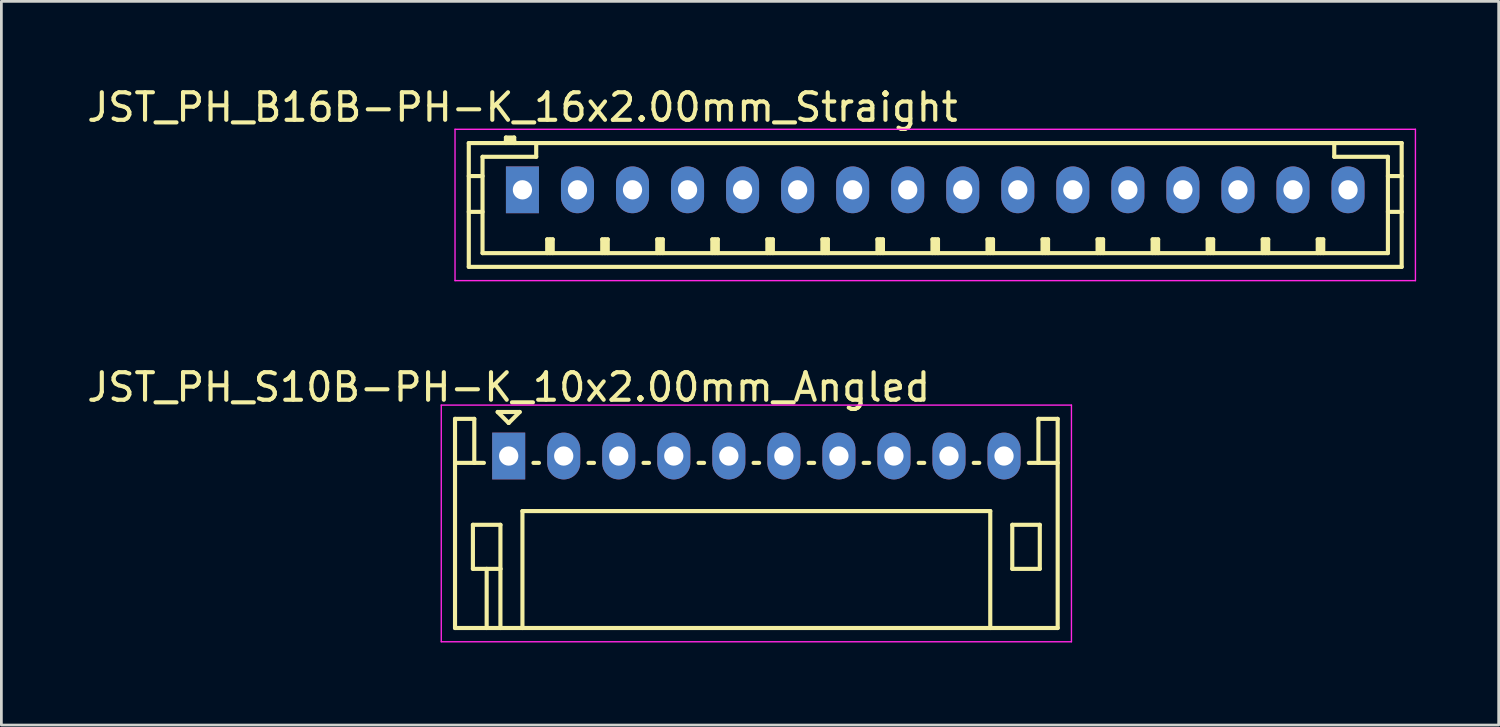
<source format=kicad_pcb>
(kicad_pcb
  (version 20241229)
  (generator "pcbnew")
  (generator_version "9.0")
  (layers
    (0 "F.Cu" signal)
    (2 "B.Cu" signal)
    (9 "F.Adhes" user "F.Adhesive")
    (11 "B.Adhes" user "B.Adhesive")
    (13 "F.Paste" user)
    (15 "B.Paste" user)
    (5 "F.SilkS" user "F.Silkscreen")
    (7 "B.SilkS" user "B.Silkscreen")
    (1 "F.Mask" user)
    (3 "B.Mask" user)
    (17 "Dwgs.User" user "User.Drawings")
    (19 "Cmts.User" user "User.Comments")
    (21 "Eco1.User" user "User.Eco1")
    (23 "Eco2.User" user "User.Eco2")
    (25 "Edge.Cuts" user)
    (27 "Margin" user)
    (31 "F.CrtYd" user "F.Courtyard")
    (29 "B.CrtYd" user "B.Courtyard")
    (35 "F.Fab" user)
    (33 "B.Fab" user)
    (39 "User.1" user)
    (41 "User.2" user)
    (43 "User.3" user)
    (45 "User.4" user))
  (footprint "JST_PH_B16B-PH-K_16x2.00mm_Straight"
    (layer "F.Cu")
    (at 15.935 3.848)
    (property "Reference" "JST_PH_B16B-PH-K_16x2.00mm_Straight" (at 0 -3 0) (layer "F.SilkS") (effects (font (size 1 1) (thickness 0.15))))
    (attr through_hole)
    (fp_line (start -1.95 -1.7) (end 31.95 -1.7) (stroke (width 0.15) (type solid)) (layer "F.SilkS"))
    (fp_line (start -1.95 -0.5) (end -1.45 -0.5) (stroke (width 0.15) (type solid)) (layer "F.SilkS"))
    (fp_line (start -1.95 0.8) (end -1.45 0.8) (stroke (width 0.15) (type solid)) (layer "F.SilkS"))
    (fp_line (start -1.95 2.8) (end -1.95 -1.7) (stroke (width 0.15) (type solid)) (layer "F.SilkS"))
    (fp_line (start -1.45 -1.2) (end -1.45 2.3) (stroke (width 0.15) (type solid)) (layer "F.SilkS"))
    (fp_line (start -1.45 2.3) (end 31.45 2.3) (stroke (width 0.15) (type solid)) (layer "F.SilkS"))
    (fp_line (start -0.6 -1.9) (end -0.6 -1.7) (stroke (width 0.15) (type solid)) (layer "F.SilkS"))
    (fp_line (start -0.3 -1.9) (end -0.6 -1.9) (stroke (width 0.15) (type solid)) (layer "F.SilkS"))
    (fp_line (start -0.3 -1.8) (end -0.6 -1.8) (stroke (width 0.15) (type solid)) (layer "F.SilkS"))
    (fp_line (start -0.3 -1.7) (end -0.3 -1.9) (stroke (width 0.15) (type solid)) (layer "F.SilkS"))
    (fp_line (start 0.5 -1.7) (end 0.5 -1.2) (stroke (width 0.15) (type solid)) (layer "F.SilkS"))
    (fp_line (start 0.5 -1.2) (end -1.45 -1.2) (stroke (width 0.15) (type solid)) (layer "F.SilkS"))
    (fp_line (start 0.9 1.8) (end 1.1 1.8) (stroke (width 0.15) (type solid)) (layer "F.SilkS"))
    (fp_line (start 0.9 2.3) (end 0.9 1.8) (stroke (width 0.15) (type solid)) (layer "F.SilkS"))
    (fp_line (start 1 2.3) (end 1 1.8) (stroke (width 0.15) (type solid)) (layer "F.SilkS"))
    (fp_line (start 1.1 1.8) (end 1.1 2.3) (stroke (width 0.15) (type solid)) (layer "F.SilkS"))
    (fp_line (start 2.9 1.8) (end 3.1 1.8) (stroke (width 0.15) (type solid)) (layer "F.SilkS"))
    (fp_line (start 2.9 2.3) (end 2.9 1.8) (stroke (width 0.15) (type solid)) (layer "F.SilkS"))
    (fp_line (start 3 2.3) (end 3 1.8) (stroke (width 0.15) (type solid)) (layer "F.SilkS"))
    (fp_line (start 3.1 1.8) (end 3.1 2.3) (stroke (width 0.15) (type solid)) (layer "F.SilkS"))
    (fp_line (start 4.9 1.8) (end 5.1 1.8) (stroke (width 0.15) (type solid)) (layer "F.SilkS"))
    (fp_line (start 4.9 2.3) (end 4.9 1.8) (stroke (width 0.15) (type solid)) (layer "F.SilkS"))
    (fp_line (start 5 2.3) (end 5 1.8) (stroke (width 0.15) (type solid)) (layer "F.SilkS"))
    (fp_line (start 5.1 1.8) (end 5.1 2.3) (stroke (width 0.15) (type solid)) (layer "F.SilkS"))
    (fp_line (start 6.9 1.8) (end 7.1 1.8) (stroke (width 0.15) (type solid)) (layer "F.SilkS"))
    (fp_line (start 6.9 2.3) (end 6.9 1.8) (stroke (width 0.15) (type solid)) (layer "F.SilkS"))
    (fp_line (start 7 2.3) (end 7 1.8) (stroke (width 0.15) (type solid)) (layer "F.SilkS"))
    (fp_line (start 7.1 1.8) (end 7.1 2.3) (stroke (width 0.15) (type solid)) (layer "F.SilkS"))
    (fp_line (start 8.9 1.8) (end 9.1 1.8) (stroke (width 0.15) (type solid)) (layer "F.SilkS"))
    (fp_line (start 8.9 2.3) (end 8.9 1.8) (stroke (width 0.15) (type solid)) (layer "F.SilkS"))
    (fp_line (start 9 2.3) (end 9 1.8) (stroke (width 0.15) (type solid)) (layer "F.SilkS"))
    (fp_line (start 9.1 1.8) (end 9.1 2.3) (stroke (width 0.15) (type solid)) (layer "F.SilkS"))
    (fp_line (start 10.9 1.8) (end 11.1 1.8) (stroke (width 0.15) (type solid)) (layer "F.SilkS"))
    (fp_line (start 10.9 2.3) (end 10.9 1.8) (stroke (width 0.15) (type solid)) (layer "F.SilkS"))
    (fp_line (start 11 2.3) (end 11 1.8) (stroke (width 0.15) (type solid)) (layer "F.SilkS"))
    (fp_line (start 11.1 1.8) (end 11.1 2.3) (stroke (width 0.15) (type solid)) (layer "F.SilkS"))
    (fp_line (start 12.9 1.8) (end 13.1 1.8) (stroke (width 0.15) (type solid)) (layer "F.SilkS"))
    (fp_line (start 12.9 2.3) (end 12.9 1.8) (stroke (width 0.15) (type solid)) (layer "F.SilkS"))
    (fp_line (start 13 2.3) (end 13 1.8) (stroke (width 0.15) (type solid)) (layer "F.SilkS"))
    (fp_line (start 13.1 1.8) (end 13.1 2.3) (stroke (width 0.15) (type solid)) (layer "F.SilkS"))
    (fp_line (start 14.9 1.8) (end 15.1 1.8) (stroke (width 0.15) (type solid)) (layer "F.SilkS"))
    (fp_line (start 14.9 2.3) (end 14.9 1.8) (stroke (width 0.15) (type solid)) (layer "F.SilkS"))
    (fp_line (start 15 2.3) (end 15 1.8) (stroke (width 0.15) (type solid)) (layer "F.SilkS"))
    (fp_line (start 15.1 1.8) (end 15.1 2.3) (stroke (width 0.15) (type solid)) (layer "F.SilkS"))
    (fp_line (start 16.9 1.8) (end 17.1 1.8) (stroke (width 0.15) (type solid)) (layer "F.SilkS"))
    (fp_line (start 16.9 2.3) (end 16.9 1.8) (stroke (width 0.15) (type solid)) (layer "F.SilkS"))
    (fp_line (start 17 2.3) (end 17 1.8) (stroke (width 0.15) (type solid)) (layer "F.SilkS"))
    (fp_line (start 17.1 1.8) (end 17.1 2.3) (stroke (width 0.15) (type solid)) (layer "F.SilkS"))
    (fp_line (start 18.9 1.8) (end 19.1 1.8) (stroke (width 0.15) (type solid)) (layer "F.SilkS"))
    (fp_line (start 18.9 2.3) (end 18.9 1.8) (stroke (width 0.15) (type solid)) (layer "F.SilkS"))
    (fp_line (start 19 2.3) (end 19 1.8) (stroke (width 0.15) (type solid)) (layer "F.SilkS"))
    (fp_line (start 19.1 1.8) (end 19.1 2.3) (stroke (width 0.15) (type solid)) (layer "F.SilkS"))
    (fp_line (start 20.9 1.8) (end 21.1 1.8) (stroke (width 0.15) (type solid)) (layer "F.SilkS"))
    (fp_line (start 20.9 2.3) (end 20.9 1.8) (stroke (width 0.15) (type solid)) (layer "F.SilkS"))
    (fp_line (start 21 2.3) (end 21 1.8) (stroke (width 0.15) (type solid)) (layer "F.SilkS"))
    (fp_line (start 21.1 1.8) (end 21.1 2.3) (stroke (width 0.15) (type solid)) (layer "F.SilkS"))
    (fp_line (start 22.9 1.8) (end 23.1 1.8) (stroke (width 0.15) (type solid)) (layer "F.SilkS"))
    (fp_line (start 22.9 2.3) (end 22.9 1.8) (stroke (width 0.15) (type solid)) (layer "F.SilkS"))
    (fp_line (start 23 2.3) (end 23 1.8) (stroke (width 0.15) (type solid)) (layer "F.SilkS"))
    (fp_line (start 23.1 1.8) (end 23.1 2.3) (stroke (width 0.15) (type solid)) (layer "F.SilkS"))
    (fp_line (start 24.9 1.8) (end 25.1 1.8) (stroke (width 0.15) (type solid)) (layer "F.SilkS"))
    (fp_line (start 24.9 2.3) (end 24.9 1.8) (stroke (width 0.15) (type solid)) (layer "F.SilkS"))
    (fp_line (start 25 2.3) (end 25 1.8) (stroke (width 0.15) (type solid)) (layer "F.SilkS"))
    (fp_line (start 25.1 1.8) (end 25.1 2.3) (stroke (width 0.15) (type solid)) (layer "F.SilkS"))
    (fp_line (start 26.9 1.8) (end 27.1 1.8) (stroke (width 0.15) (type solid)) (layer "F.SilkS"))
    (fp_line (start 26.9 2.3) (end 26.9 1.8) (stroke (width 0.15) (type solid)) (layer "F.SilkS"))
    (fp_line (start 27 2.3) (end 27 1.8) (stroke (width 0.15) (type solid)) (layer "F.SilkS"))
    (fp_line (start 27.1 1.8) (end 27.1 2.3) (stroke (width 0.15) (type solid)) (layer "F.SilkS"))
    (fp_line (start 28.9 1.8) (end 29.1 1.8) (stroke (width 0.15) (type solid)) (layer "F.SilkS"))
    (fp_line (start 28.9 2.3) (end 28.9 1.8) (stroke (width 0.15) (type solid)) (layer "F.SilkS"))
    (fp_line (start 29 2.3) (end 29 1.8) (stroke (width 0.15) (type solid)) (layer "F.SilkS"))
    (fp_line (start 29.1 1.8) (end 29.1 2.3) (stroke (width 0.15) (type solid)) (layer "F.SilkS"))
    (fp_line (start 29.5 -1.2) (end 29.5 -1.7) (stroke (width 0.15) (type solid)) (layer "F.SilkS"))
    (fp_line (start 31.45 -1.2) (end 29.5 -1.2) (stroke (width 0.15) (type solid)) (layer "F.SilkS"))
    (fp_line (start 31.45 -0.5) (end 31.95 -0.5) (stroke (width 0.15) (type solid)) (layer "F.SilkS"))
    (fp_line (start 31.45 0.8) (end 31.95 0.8) (stroke (width 0.15) (type solid)) (layer "F.SilkS"))
    (fp_line (start 31.45 2.3) (end 31.45 -1.2) (stroke (width 0.15) (type solid)) (layer "F.SilkS"))
    (fp_line (start 31.95 -1.7) (end 31.95 2.8) (stroke (width 0.15) (type solid)) (layer "F.SilkS"))
    (fp_line (start 31.95 2.8) (end -1.95 2.8) (stroke (width 0.15) (type solid)) (layer "F.SilkS"))
    (fp_line (start -2.45 -2.2) (end 32.45 -2.2) (stroke (width 0.05) (type solid)) (layer "F.CrtYd"))
    (fp_line (start -2.45 3.3) (end -2.45 -2.2) (stroke (width 0.05) (type solid)) (layer "F.CrtYd"))
    (fp_line (start 32.45 -2.2) (end 32.45 3.3) (stroke (width 0.05) (type solid)) (layer "F.CrtYd"))
    (fp_line (start 32.45 3.3) (end -2.45 3.3) (stroke (width 0.05) (type solid)) (layer "F.CrtYd"))
    (pad "1" thru_hole rect (at 0 0) (size 1.2 1.7) (drill 0.7) (layers "*.Cu" "*.Mask"))
    (pad "2" thru_hole oval (at 2 0) (size 1.2 1.7) (drill 0.7) (layers "*.Cu" "*.Mask"))
    (pad "3" thru_hole oval (at 4 0) (size 1.2 1.7) (drill 0.7) (layers "*.Cu" "*.Mask"))
    (pad "4" thru_hole oval (at 6 0) (size 1.2 1.7) (drill 0.7) (layers "*.Cu" "*.Mask"))
    (pad "5" thru_hole oval (at 8 0) (size 1.2 1.7) (drill 0.7) (layers "*.Cu" "*.Mask"))
    (pad "6" thru_hole oval (at 10 0) (size 1.2 1.7) (drill 0.7) (layers "*.Cu" "*.Mask"))
    (pad "7" thru_hole oval (at 12 0) (size 1.2 1.7) (drill 0.7) (layers "*.Cu" "*.Mask"))
    (pad "8" thru_hole oval (at 14 0) (size 1.2 1.7) (drill 0.7) (layers "*.Cu" "*.Mask"))
    (pad "9" thru_hole oval (at 16 0) (size 1.2 1.7) (drill 0.7) (layers "*.Cu" "*.Mask"))
    (pad "10" thru_hole oval (at 18 0) (size 1.2 1.7) (drill 0.7) (layers "*.Cu" "*.Mask"))
    (pad "11" thru_hole oval (at 20 0) (size 1.2 1.7) (drill 0.7) (layers "*.Cu" "*.Mask"))
    (pad "12" thru_hole oval (at 22 0) (size 1.2 1.7) (drill 0.7) (layers "*.Cu" "*.Mask"))
    (pad "13" thru_hole oval (at 24 0) (size 1.2 1.7) (drill 0.7) (layers "*.Cu" "*.Mask"))
    (pad "14" thru_hole oval (at 26 0) (size 1.2 1.7) (drill 0.7) (layers "*.Cu" "*.Mask"))
    (pad "15" thru_hole oval (at 28 0) (size 1.2 1.7) (drill 0.7) (layers "*.Cu" "*.Mask"))
    (pad "16" thru_hole oval (at 30 0) (size 1.2 1.7) (drill 0.7) (layers "*.Cu" "*.Mask")))
  (footprint "JST_PH_S10B-PH-K_10x2.00mm_Angled"
    (layer "F.Cu")
    (at 15.435 13.521)
    (property "Reference" "JST_PH_S10B-PH-K_10x2.00mm_Angled" (at 0 -2.5 0) (layer "F.SilkS") (effects (font (size 1 1) (thickness 0.15))))
    (attr through_hole)
    (fp_line (start -1.95 -1.35) (end -1.95 6.25) (stroke (width 0.15) (type solid)) (layer "F.SilkS"))
    (fp_line (start -1.95 0.25) (end -1.25 0.25) (stroke (width 0.15) (type solid)) (layer "F.SilkS"))
    (fp_line (start -1.95 6.25) (end 19.95 6.25) (stroke (width 0.15) (type solid)) (layer "F.SilkS"))
    (fp_line (start -1.3 2.5) (end -1.3 4.1) (stroke (width 0.15) (type solid)) (layer "F.SilkS"))
    (fp_line (start -1.3 4.1) (end -0.3 4.1) (stroke (width 0.15) (type solid)) (layer "F.SilkS"))
    (fp_line (start -1.25 -1.35) (end -1.95 -1.35) (stroke (width 0.15) (type solid)) (layer "F.SilkS"))
    (fp_line (start -1.25 0.25) (end -1.25 -1.35) (stroke (width 0.15) (type solid)) (layer "F.SilkS"))
    (fp_line (start -0.9 0.25) (end -1.25 0.25) (stroke (width 0.15) (type solid)) (layer "F.SilkS"))
    (fp_line (start -0.8 4.1) (end -0.8 6.25) (stroke (width 0.15) (type solid)) (layer "F.SilkS"))
    (fp_line (start -0.4 -1.6) (end 0.4 -1.6) (stroke (width 0.15) (type solid)) (layer "F.SilkS"))
    (fp_line (start -0.3 2.5) (end -1.3 2.5) (stroke (width 0.15) (type solid)) (layer "F.SilkS"))
    (fp_line (start -0.3 4.1) (end -0.3 2.5) (stroke (width 0.15) (type solid)) (layer "F.SilkS"))
    (fp_line (start -0.3 4.1) (end -0.3 6.25) (stroke (width 0.15) (type solid)) (layer "F.SilkS"))
    (fp_line (start 0 -1.2) (end -0.4 -1.6) (stroke (width 0.15) (type solid)) (layer "F.SilkS"))
    (fp_line (start 0.4 -1.6) (end 0 -1.2) (stroke (width 0.15) (type solid)) (layer "F.SilkS"))
    (fp_line (start 0.5 2) (end 17.5 2) (stroke (width 0.15) (type solid)) (layer "F.SilkS"))
    (fp_line (start 0.5 6.25) (end 0.5 2) (stroke (width 0.15) (type solid)) (layer "F.SilkS"))
    (fp_line (start 0.9 0.25) (end 1.1 0.25) (stroke (width 0.15) (type solid)) (layer "F.SilkS"))
    (fp_line (start 2.9 0.25) (end 3.1 0.25) (stroke (width 0.15) (type solid)) (layer "F.SilkS"))
    (fp_line (start 4.9 0.25) (end 5.1 0.25) (stroke (width 0.15) (type solid)) (layer "F.SilkS"))
    (fp_line (start 6.9 0.25) (end 7.1 0.25) (stroke (width 0.15) (type solid)) (layer "F.SilkS"))
    (fp_line (start 8.9 0.25) (end 9.1 0.25) (stroke (width 0.15) (type solid)) (layer "F.SilkS"))
    (fp_line (start 10.9 0.25) (end 11.1 0.25) (stroke (width 0.15) (type solid)) (layer "F.SilkS"))
    (fp_line (start 12.9 0.25) (end 13.1 0.25) (stroke (width 0.15) (type solid)) (layer "F.SilkS"))
    (fp_line (start 14.9 0.25) (end 15.1 0.25) (stroke (width 0.15) (type solid)) (layer "F.SilkS"))
    (fp_line (start 16.9 0.25) (end 17.1 0.25) (stroke (width 0.15) (type solid)) (layer "F.SilkS"))
    (fp_line (start 17.5 2) (end 17.5 6.25) (stroke (width 0.15) (type solid)) (layer "F.SilkS"))
    (fp_line (start 18.3 2.5) (end 19.3 2.5) (stroke (width 0.15) (type solid)) (layer "F.SilkS"))
    (fp_line (start 18.3 4.1) (end 18.3 2.5) (stroke (width 0.15) (type solid)) (layer "F.SilkS"))
    (fp_line (start 19.25 -1.35) (end 19.25 0.25) (stroke (width 0.15) (type solid)) (layer "F.SilkS"))
    (fp_line (start 19.25 0.25) (end 18.9 0.25) (stroke (width 0.15) (type solid)) (layer "F.SilkS"))
    (fp_line (start 19.3 2.5) (end 19.3 4.1) (stroke (width 0.15) (type solid)) (layer "F.SilkS"))
    (fp_line (start 19.3 4.1) (end 18.3 4.1) (stroke (width 0.15) (type solid)) (layer "F.SilkS"))
    (fp_line (start 19.95 -1.35) (end 19.25 -1.35) (stroke (width 0.15) (type solid)) (layer "F.SilkS"))
    (fp_line (start 19.95 0.25) (end 19.25 0.25) (stroke (width 0.15) (type solid)) (layer "F.SilkS"))
    (fp_line (start 19.95 6.25) (end 19.95 -1.35) (stroke (width 0.15) (type solid)) (layer "F.SilkS"))
    (fp_line (start -2.45 -1.85) (end 20.45 -1.85) (stroke (width 0.05) (type solid)) (layer "F.CrtYd"))
    (fp_line (start -2.45 6.75) (end -2.45 -1.85) (stroke (width 0.05) (type solid)) (layer "F.CrtYd"))
    (fp_line (start 20.45 -1.85) (end 20.45 6.75) (stroke (width 0.05) (type solid)) (layer "F.CrtYd"))
    (fp_line (start 20.45 6.75) (end -2.45 6.75) (stroke (width 0.05) (type solid)) (layer "F.CrtYd"))
    (pad "1" thru_hole rect (at 0 0) (size 1.2 1.7) (drill 0.7) (layers "*.Cu" "*.Mask"))
    (pad "2" thru_hole oval (at 2 0) (size 1.2 1.7) (drill 0.7) (layers "*.Cu" "*.Mask"))
    (pad "3" thru_hole oval (at 4 0) (size 1.2 1.7) (drill 0.7) (layers "*.Cu" "*.Mask"))
    (pad "4" thru_hole oval (at 6 0) (size 1.2 1.7) (drill 0.7) (layers "*.Cu" "*.Mask"))
    (pad "5" thru_hole oval (at 8 0) (size 1.2 1.7) (drill 0.7) (layers "*.Cu" "*.Mask"))
    (pad "6" thru_hole oval (at 10 0) (size 1.2 1.7) (drill 0.7) (layers "*.Cu" "*.Mask"))
    (pad "7" thru_hole oval (at 12 0) (size 1.2 1.7) (drill 0.7) (layers "*.Cu" "*.Mask"))
    (pad "8" thru_hole oval (at 14 0) (size 1.2 1.7) (drill 0.7) (layers "*.Cu" "*.Mask"))
    (pad "9" thru_hole oval (at 16 0) (size 1.2 1.7) (drill 0.7) (layers "*.Cu" "*.Mask"))
    (pad "10" thru_hole oval (at 18 0) (size 1.2 1.7) (drill 0.7) (layers "*.Cu" "*.Mask")))
  (gr_rect
    (start -3 -3)
    (end 51.41 23.297)
    (stroke (width 0.1) (type default))
    (fill no)
    (layer "Edge.Cuts")))
</source>
